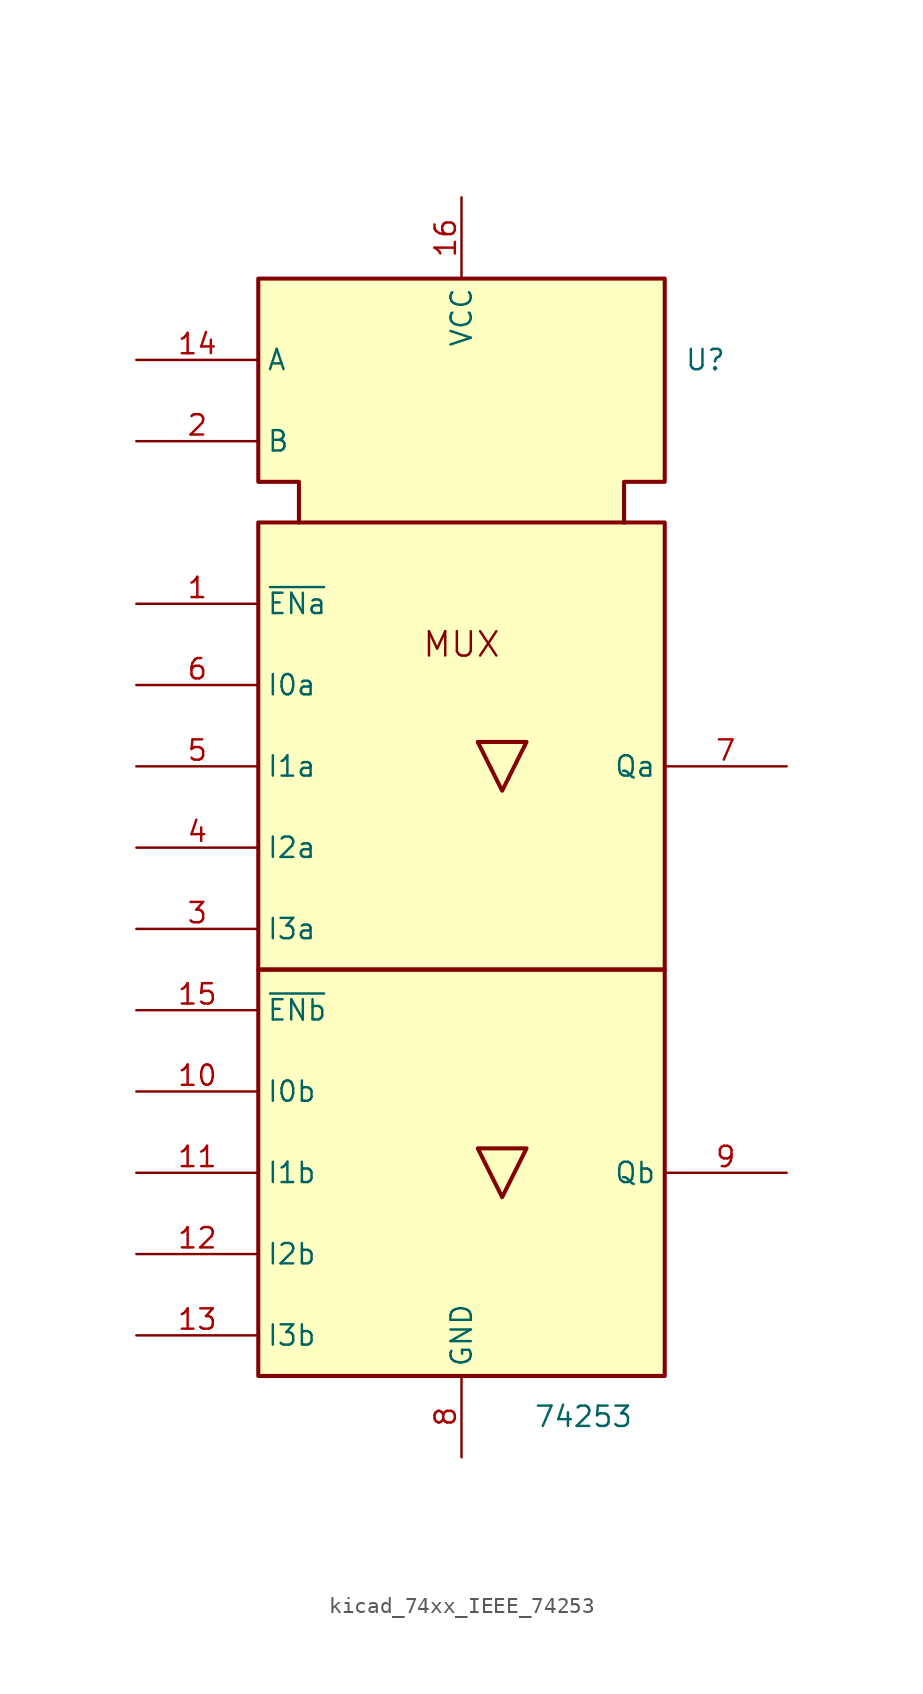
<source format=kicad_sym>
(kicad_symbol_lib
  (version 20220914)
  (generator kicad_symbol_editor)
  (symbol "kicad_74xx_IEEE_74253"
    (property "Reference" "U"
      (at 15.24 33.02 0)
      (effects (font (size 1.27 1.27))))
    (property "Value" "74253"
      (at 7.62 -33.02 0)
      (effects (font (size 1.27 1.27))))
    (symbol "kicad_74xx_IEEE_74253_0_0"
      (rectangle (start -12.7 -5.08) (end 12.7 -30.48) (stroke (width 0.254) (type default)) (fill (type background)))
      (rectangle (start -12.7 22.86) (end 12.7 -5.08) (stroke (width 0.254) (type default)) (fill (type background)))
      (polyline (pts (xy 4.064 -16.256) (xy 1.016 -16.256) (xy 2.54 -19.304) (xy 4.064 -16.256) (xy 4.064 -16.256)) (stroke (width 0.254) (type default)) (fill (type background)))
      (polyline (pts (xy 4.064 9.144) (xy 1.016 9.144) (xy 2.54 6.096) (xy 4.064 9.144) (xy 4.064 9.144)) (stroke (width 0.254) (type default)) (fill (type background)))
      (polyline (pts (xy -10.16 22.86) (xy -10.16 25.4) (xy -12.7 25.4) (xy -12.7 38.1) (xy 12.7 38.1) (xy 12.7 25.4) (xy 10.16 25.4) (xy 10.16 22.86) (xy 10.16 22.86)) (stroke (width 0.254) (type default)) (fill (type background)))
      (text "MUX" (at 0 15.24 0) (effects (font (size 1.524 1.524))))
      (pin power_in line (at 0 43.18 270) (length 5.08) (name "VCC" (effects (font (size 1.27 1.27)))) (number "16" (effects (font (size 1.27 1.27)))))
      (pin power_in line (at 0 -35.56 90) (length 5.08) (name "GND" (effects (font (size 1.27 1.27)))) (number "8" (effects (font (size 1.27 1.27))))))
    (symbol "kicad_74xx_IEEE_74253_1_1"
      (pin input line (at -20.32 17.78 0) (length 7.62) (name "~{ENa}" (effects (font (size 1.27 1.27)))) (number "1" (effects (font (size 1.27 1.27)))))
      (pin input line (at -20.32 -12.7 0) (length 7.62) (name "I0b" (effects (font (size 1.27 1.27)))) (number "10" (effects (font (size 1.27 1.27)))))
      (pin input line (at -20.32 -17.78 0) (length 7.62) (name "I1b" (effects (font (size 1.27 1.27)))) (number "11" (effects (font (size 1.27 1.27)))))
      (pin input line (at -20.32 -22.86 0) (length 7.62) (name "I2b" (effects (font (size 1.27 1.27)))) (number "12" (effects (font (size 1.27 1.27)))))
      (pin input line (at -20.32 -27.94 0) (length 7.62) (name "I3b" (effects (font (size 1.27 1.27)))) (number "13" (effects (font (size 1.27 1.27)))))
      (pin input line (at -20.32 33.02 0) (length 7.62) (name "A" (effects (font (size 1.27 1.27)))) (number "14" (effects (font (size 1.27 1.27)))))
      (pin input line (at -20.32 -7.62 0) (length 7.62) (name "~{ENb}" (effects (font (size 1.27 1.27)))) (number "15" (effects (font (size 1.27 1.27)))))
      (pin input line (at -20.32 27.94 0) (length 7.62) (name "B" (effects (font (size 1.27 1.27)))) (number "2" (effects (font (size 1.27 1.27)))))
      (pin input line (at -20.32 -2.54 0) (length 7.62) (name "I3a" (effects (font (size 1.27 1.27)))) (number "3" (effects (font (size 1.27 1.27)))))
      (pin input line (at -20.32 2.54 0) (length 7.62) (name "I2a" (effects (font (size 1.27 1.27)))) (number "4" (effects (font (size 1.27 1.27)))))
      (pin input line (at -20.32 7.62 0) (length 7.62) (name "I1a" (effects (font (size 1.27 1.27)))) (number "5" (effects (font (size 1.27 1.27)))))
      (pin input line (at -20.32 12.7 0) (length 7.62) (name "I0a" (effects (font (size 1.27 1.27)))) (number "6" (effects (font (size 1.27 1.27)))))
      (pin tri_state line (at 20.32 7.62 180) (length 7.62) (name "Qa" (effects (font (size 1.27 1.27)))) (number "7" (effects (font (size 1.27 1.27)))))
      (pin tri_state line (at 20.32 -17.78 180) (length 7.62) (name "Qb" (effects (font (size 1.27 1.27)))) (number "9" (effects (font (size 1.27 1.27))))))))
</source>
